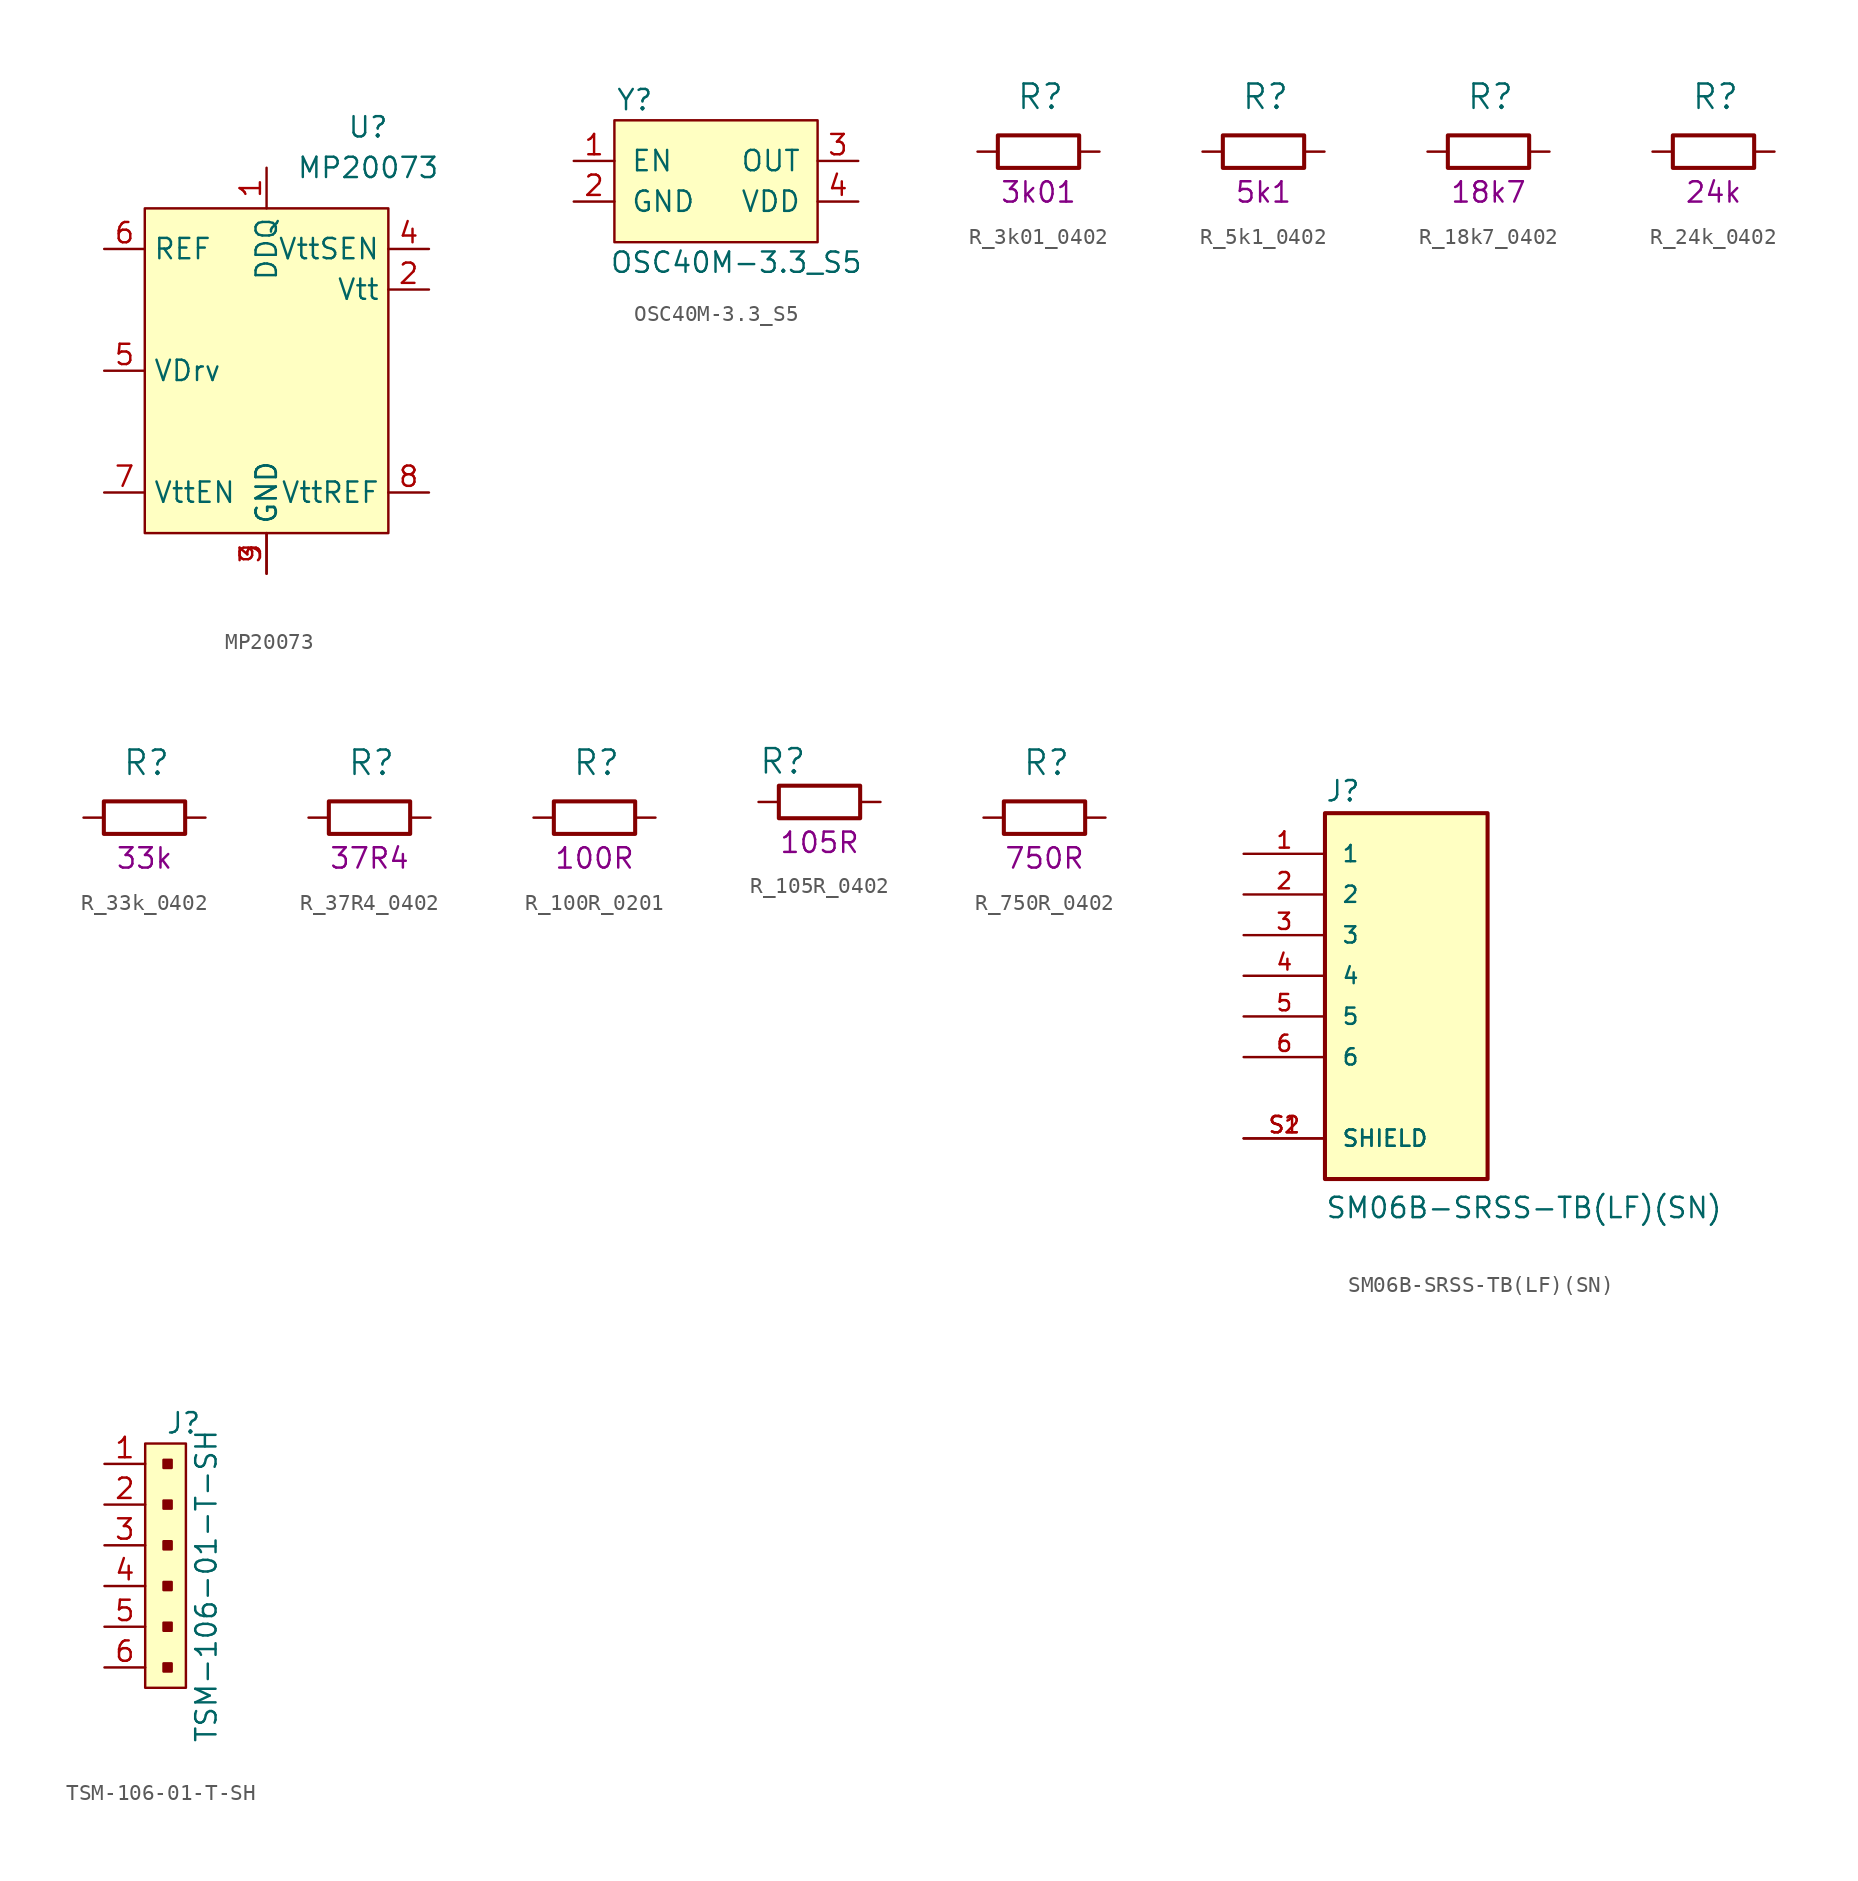
<source format=kicad_sym>
(kicad_symbol_lib
  (version 20211014)
  (generator kicad_symbol_editor)
  (symbol "MP20073"
    (property "Reference" "U"
      (at 6.35 22.86 0)
      (effects (font (size 1.27 1.27))))
    (property "Value" "MP20073"
      (at 6.35 20.32 0)
      (effects (font (size 1.27 1.27))))
    (symbol "MP20073_0_1"
      (rectangle (start -7.62 17.78) (end 7.62 -2.54) (stroke (width 0) (type default) (color 0 0 0 0)) (fill (type background))))
    (symbol "MP20073_1_1"
      (pin power_in line (at 0 20.32 270) (length 2.54) (name "DDQ" (effects (font (size 1.27 1.27)))) (number "1" (effects (font (size 1.27 1.27)))))
      (pin passive line (at 10.16 12.7 180) (length 2.54) (name "Vtt" (effects (font (size 1.27 1.27)))) (number "2" (effects (font (size 1.27 1.27)))))
      (pin power_in line (at 0 -5.08 90) (length 2.54) (name "GND" (effects (font (size 1.27 1.27)))) (number "3" (effects (font (size 1.27 1.27)))))
      (pin passive line (at 10.16 15.24 180) (length 2.54) (name "VttSEN" (effects (font (size 1.27 1.27)))) (number "4" (effects (font (size 1.27 1.27)))))
      (pin passive line (at -10.16 7.62 0) (length 2.54) (name "VDrv" (effects (font (size 1.27 1.27)))) (number "5" (effects (font (size 1.27 1.27)))))
      (pin passive line (at -10.16 15.24 0) (length 2.54) (name "REF" (effects (font (size 1.27 1.27)))) (number "6" (effects (font (size 1.27 1.27)))))
      (pin passive line (at -10.16 0 0) (length 2.54) (name "VttEN" (effects (font (size 1.27 1.27)))) (number "7" (effects (font (size 1.27 1.27)))))
      (pin passive line (at 10.16 0 180) (length 2.54) (name "VttREF" (effects (font (size 1.27 1.27)))) (number "8" (effects (font (size 1.27 1.27)))))
      (pin power_in line (at 0 -5.08 90) (length 2.54) (name "GND" (effects (font (size 1.27 1.27)))) (number "9" (effects (font (size 1.27 1.27)))))))
  (symbol "OSC40M-3.3_S5"
    (pin_names
      (offset 1.016))
    (property "Reference" "Y"
      (at -5.08 5.08 0)
      (effects (font (size 1.27 1.27))))
    (property "Value" "OSC40M-3.3_S5"
      (at 1.27 -5.08 0)
      (effects (font (size 1.27 1.27))))
    (symbol "OSC40M-3.3_S5_0_1"
      (rectangle (start -6.35 3.81) (end 6.35 -3.81) (stroke (width 0) (type default) (color 0 0 0 0)) (fill (type background))))
    (symbol "OSC40M-3.3_S5_1_1"
      (pin input line (at -8.89 1.27 0) (length 2.54) (name "EN" (effects (font (size 1.27 1.27)))) (number "1" (effects (font (size 1.27 1.27)))))
      (pin power_in line (at -8.89 -1.27 0) (length 2.54) (name "GND" (effects (font (size 1.27 1.27)))) (number "2" (effects (font (size 1.27 1.27)))))
      (pin output line (at 8.89 1.27 180) (length 2.54) (name "OUT" (effects (font (size 1.27 1.27)))) (number "3" (effects (font (size 1.27 1.27)))))
      (pin power_in line (at 8.89 -1.27 180) (length 2.54) (name "VDD" (effects (font (size 1.27 1.27)))) (number "4" (effects (font (size 1.27 1.27)))))))
  (symbol "R_3k01_0402"
    (pin_names
      (offset 0))
    (property "Reference" "R"
      (at -1.397 3.429 0)
      (effects (font (size 1.524 1.524)) (justify left)))
    (property "Val" "3k01"
      (at 0 -2.54 0)
      (effects (font (size 1.27 1.27))))
    (symbol "R_3k01_0402_1_1"
      (rectangle (start 2.54 -1.016) (end -2.54 1.016) (stroke (width 0.254) (type default) (color 0 0 0 0)) (fill (type none)))
      (pin passive line (at -3.81 0 0) (length 1.27) (name "~" (effects (font (size 0 0)))) (number "1" (effects (font (size 0 0)))))
      (pin passive line (at 3.81 0 180) (length 1.27) (name "~" (effects (font (size 0 0)))) (number "2" (effects (font (size 0 0)))))))
  (symbol "R_5k1_0402"
    (pin_names
      (offset 0))
    (property "Reference" "R"
      (at -1.397 3.429 0)
      (effects (font (size 1.524 1.524)) (justify left)))
    (property "Val" "5k1"
      (at 0 -2.54 0)
      (effects (font (size 1.27 1.27))))
    (symbol "R_5k1_0402_1_1"
      (rectangle (start 2.54 -1.016) (end -2.54 1.016) (stroke (width 0.254) (type default) (color 0 0 0 0)) (fill (type none)))
      (pin passive line (at -3.81 0 0) (length 1.27) (name "~" (effects (font (size 0 0)))) (number "1" (effects (font (size 0 0)))))
      (pin passive line (at 3.81 0 180) (length 1.27) (name "~" (effects (font (size 0 0)))) (number "2" (effects (font (size 0 0)))))))
  (symbol "R_18k7_0402"
    (pin_names
      (offset 0))
    (property "Reference" "R"
      (at -1.397 3.429 0)
      (effects (font (size 1.524 1.524)) (justify left)))
    (property "Val" "18k7"
      (at 0 -2.54 0)
      (effects (font (size 1.27 1.27))))
    (symbol "R_18k7_0402_1_1"
      (rectangle (start 2.54 -1.016) (end -2.54 1.016) (stroke (width 0.254) (type default) (color 0 0 0 0)) (fill (type none)))
      (pin passive line (at -3.81 0 0) (length 1.27) (name "~" (effects (font (size 0 0)))) (number "1" (effects (font (size 0 0)))))
      (pin passive line (at 3.81 0 180) (length 1.27) (name "~" (effects (font (size 0 0)))) (number "2" (effects (font (size 0 0)))))))
  (symbol "R_24k_0402"
    (pin_names
      (offset 0))
    (property "Reference" "R"
      (at -1.397 3.429 0)
      (effects (font (size 1.524 1.524)) (justify left)))
    (property "Val" "24k"
      (at 0 -2.54 0)
      (effects (font (size 1.27 1.27))))
    (symbol "R_24k_0402_1_1"
      (rectangle (start 2.54 -1.016) (end -2.54 1.016) (stroke (width 0.254) (type default) (color 0 0 0 0)) (fill (type none)))
      (pin passive line (at -3.81 0 0) (length 1.27) (name "~" (effects (font (size 0 0)))) (number "1" (effects (font (size 0 0)))))
      (pin passive line (at 3.81 0 180) (length 1.27) (name "~" (effects (font (size 0 0)))) (number "2" (effects (font (size 0 0)))))))
  (symbol "R_33k_0402"
    (pin_names
      (offset 0))
    (property "Reference" "R"
      (at -1.397 3.429 0)
      (effects (font (size 1.524 1.524)) (justify left)))
    (property "Val" "33k"
      (at 0 -2.54 0)
      (effects (font (size 1.27 1.27))))
    (symbol "R_33k_0402_1_1"
      (rectangle (start 2.54 -1.016) (end -2.54 1.016) (stroke (width 0.254) (type default) (color 0 0 0 0)) (fill (type none)))
      (pin passive line (at -3.81 0 0) (length 1.27) (name "~" (effects (font (size 0 0)))) (number "1" (effects (font (size 0 0)))))
      (pin passive line (at 3.81 0 180) (length 1.27) (name "~" (effects (font (size 0 0)))) (number "2" (effects (font (size 0 0)))))))
  (symbol "R_37R4_0402"
    (pin_names
      (offset 0))
    (property "Reference" "R"
      (at -1.397 3.429 0)
      (effects (font (size 1.524 1.524)) (justify left)))
    (property "Val" "37R4"
      (at 0 -2.54 0)
      (effects (font (size 1.27 1.27))))
    (symbol "R_37R4_0402_1_1"
      (rectangle (start 2.54 -1.016) (end -2.54 1.016) (stroke (width 0.254) (type default) (color 0 0 0 0)) (fill (type none)))
      (pin passive line (at -3.81 0 0) (length 1.27) (name "~" (effects (font (size 0 0)))) (number "1" (effects (font (size 0 0)))))
      (pin passive line (at 3.81 0 180) (length 1.27) (name "~" (effects (font (size 0 0)))) (number "2" (effects (font (size 0 0)))))))
  (symbol "R_100R_0201"
    (pin_names
      (offset 0))
    (property "Reference" "R"
      (at -1.397 3.429 0)
      (effects (font (size 1.524 1.524)) (justify left)))
    (property "Val" "100R"
      (at 0 -2.54 0)
      (effects (font (size 1.27 1.27))))
    (symbol "R_100R_0201_1_1"
      (rectangle (start 2.54 -1.016) (end -2.54 1.016) (stroke (width 0.254) (type default) (color 0 0 0 0)) (fill (type none)))
      (pin passive line (at -3.81 0 0) (length 1.27) (name "~" (effects (font (size 0 0)))) (number "1" (effects (font (size 0 0)))))
      (pin passive line (at 3.81 0 180) (length 1.27) (name "~" (effects (font (size 0 0)))) (number "2" (effects (font (size 0 0)))))))
  (symbol "R_105R_0402"
    (pin_names
      (offset 0))
    (property "Reference" "R"
      (at -3.81 2.54 0)
      (effects (font (size 1.524 1.524)) (justify left)))
    (property "Val" "105R"
      (at 0 -2.54 0)
      (effects (font (size 1.27 1.27))))
    (symbol "R_105R_0402_1_1"
      (rectangle (start 2.54 -1.016) (end -2.54 1.016) (stroke (width 0.254) (type default) (color 0 0 0 0)) (fill (type none)))
      (pin passive line (at -3.81 0 0) (length 1.27) (name "~" (effects (font (size 0 0)))) (number "1" (effects (font (size 0 0)))))
      (pin passive line (at 3.81 0 180) (length 1.27) (name "~" (effects (font (size 0 0)))) (number "2" (effects (font (size 0 0)))))))
  (symbol "R_750R_0402"
    (pin_names
      (offset 0))
    (property "Reference" "R"
      (at -1.397 3.429 0)
      (effects (font (size 1.524 1.524)) (justify left)))
    (property "Val" "750R"
      (at 0 -2.54 0)
      (effects (font (size 1.27 1.27))))
    (symbol "R_750R_0402_1_1"
      (rectangle (start 2.54 -1.016) (end -2.54 1.016) (stroke (width 0.254) (type default) (color 0 0 0 0)) (fill (type none)))
      (pin passive line (at -3.81 0 0) (length 1.27) (name "~" (effects (font (size 0 0)))) (number "1" (effects (font (size 0 0)))))
      (pin passive line (at 3.81 0 180) (length 1.27) (name "~" (effects (font (size 0 0)))) (number "2" (effects (font (size 0 0)))))))
  (symbol "SM06B-SRSS-TB(LF)(SN)"
    (pin_names
      (offset 1.016))
    (property "Reference" "J"
      (at -5.08 13.335 0)
      (effects (font (size 1.27 1.27)) (justify left bottom)))
    (property "Value" "SM06B-SRSS-TB(LF)(SN)"
      (at -5.08 -12.7 0)
      (effects (font (size 1.27 1.27)) (justify left bottom)))
    (symbol "SM06B-SRSS-TB(LF)(SN)_0_0"
      (rectangle (start -5.08 -10.16) (end 5.08 12.7) (stroke (width 0.254) (type default) (color 0 0 0 0)) (fill (type background)))
      (pin passive line (at -10.16 10.16 0) (length 5.08) (name "1" (effects (font (size 1.016 1.016)))) (number "1" (effects (font (size 1.016 1.016)))))
      (pin passive line (at -10.16 7.62 0) (length 5.08) (name "2" (effects (font (size 1.016 1.016)))) (number "2" (effects (font (size 1.016 1.016)))))
      (pin passive line (at -10.16 5.08 0) (length 5.08) (name "3" (effects (font (size 1.016 1.016)))) (number "3" (effects (font (size 1.016 1.016)))))
      (pin passive line (at -10.16 2.54 0) (length 5.08) (name "4" (effects (font (size 1.016 1.016)))) (number "4" (effects (font (size 1.016 1.016)))))
      (pin passive line (at -10.16 0 0) (length 5.08) (name "5" (effects (font (size 1.016 1.016)))) (number "5" (effects (font (size 1.016 1.016)))))
      (pin passive line (at -10.16 -2.54 0) (length 5.08) (name "6" (effects (font (size 1.016 1.016)))) (number "6" (effects (font (size 1.016 1.016)))))
      (pin passive line (at -10.16 -7.62 0) (length 5.08) (name "SHIELD" (effects (font (size 1.016 1.016)))) (number "S1" (effects (font (size 1.016 1.016)))))
      (pin passive line (at -10.16 -7.62 0) (length 5.08) (name "SHIELD" (effects (font (size 1.016 1.016)))) (number "S2" (effects (font (size 1.016 1.016)))))))
  (symbol "TSM-106-01-T-SH"
    (pin_names
      (offset 1.016) hide)
    (property "Reference" "J"
      (at 0 8.89 0)
      (effects (font (size 1.27 1.27)) (justify left)))
    (property "Value" "TSM-106-01-T-SH"
      (at 2.54 -1.27 90)
      (effects (font (size 1.27 1.27))))
    (symbol "TSM-106-01-T-SH_1_1"
      (rectangle (start -1.27 7.62) (end 1.27 -7.62) (stroke (width 0) (type default) (color 0 0 0 0)) (fill (type background)))
      (rectangle (start 0.381 -6.604) (end -0.127 -6.096) (stroke (width 0) (type default) (color 0 0 0 0)) (fill (type outline)))
      (rectangle (start 0.381 -4.064) (end -0.127 -3.556) (stroke (width 0) (type default) (color 0 0 0 0)) (fill (type outline)))
      (rectangle (start 0.381 -1.524) (end -0.127 -1.016) (stroke (width 0) (type default) (color 0 0 0 0)) (fill (type outline)))
      (rectangle (start 0.381 1.016) (end -0.127 1.524) (stroke (width 0) (type default) (color 0 0 0 0)) (fill (type outline)))
      (rectangle (start 0.381 3.556) (end -0.127 4.064) (stroke (width 0) (type default) (color 0 0 0 0)) (fill (type outline)))
      (rectangle (start 0.381 6.096) (end -0.127 6.604) (stroke (width 0) (type default) (color 0 0 0 0)) (fill (type outline)))
      (pin passive line (at -3.81 6.35 0) (length 2.54) (name "~" (effects (font (size 1.27 1.27)))) (number "1" (effects (font (size 1.27 1.27)))))
      (pin passive line (at -3.81 3.81 0) (length 2.54) (name "~" (effects (font (size 1.27 1.27)))) (number "2" (effects (font (size 1.27 1.27)))))
      (pin passive line (at -3.81 1.27 0) (length 2.54) (name "~" (effects (font (size 1.27 1.27)))) (number "3" (effects (font (size 1.27 1.27)))))
      (pin passive line (at -3.81 -1.27 0) (length 2.54) (name "~" (effects (font (size 1.27 1.27)))) (number "4" (effects (font (size 1.27 1.27)))))
      (pin passive line (at -3.81 -3.81 0) (length 2.54) (name "~" (effects (font (size 1.27 1.27)))) (number "5" (effects (font (size 1.27 1.27)))))
      (pin passive line (at -3.81 -6.35 0) (length 2.54) (name "~" (effects (font (size 1.27 1.27)))) (number "6" (effects (font (size 1.27 1.27))))))))
</source>
